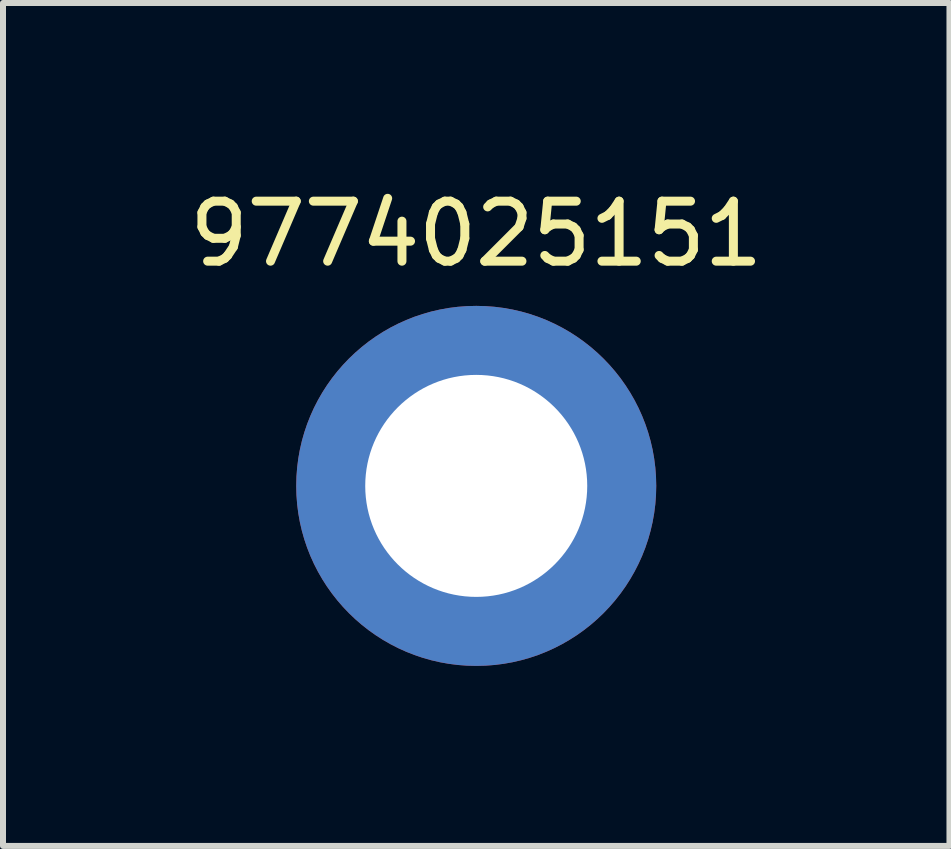
<source format=kicad_pcb>
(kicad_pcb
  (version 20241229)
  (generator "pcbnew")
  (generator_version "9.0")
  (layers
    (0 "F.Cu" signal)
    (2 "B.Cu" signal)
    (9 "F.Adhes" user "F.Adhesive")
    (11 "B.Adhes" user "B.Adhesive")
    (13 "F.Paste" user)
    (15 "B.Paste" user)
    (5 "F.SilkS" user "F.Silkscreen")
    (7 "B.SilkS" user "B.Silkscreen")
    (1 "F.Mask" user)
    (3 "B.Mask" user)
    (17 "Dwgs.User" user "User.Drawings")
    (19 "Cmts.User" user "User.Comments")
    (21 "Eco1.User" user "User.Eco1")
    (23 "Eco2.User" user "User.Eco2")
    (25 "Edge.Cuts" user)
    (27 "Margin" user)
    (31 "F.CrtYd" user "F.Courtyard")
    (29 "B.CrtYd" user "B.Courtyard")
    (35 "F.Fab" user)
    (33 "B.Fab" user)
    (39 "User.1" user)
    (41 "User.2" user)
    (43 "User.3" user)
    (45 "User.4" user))
  (footprint "9774025151"
    (layer "F.Cu")
    (at 4.887 5.048)
    (property "Reference" "9774025151" (at 0 -4.2 0) (layer "F.SilkS") (effects (font (size 1 1) (thickness 0.15))))
    (attr through_hole)
    (fp_circle (center 0 0) (end 0.85 0) (stroke (width 2) (type solid)) (fill no) (layer "B.Mask"))
    (pad "" smd custom (at -1.704 -1.704) (size 0.62 0.62) (layers "F.Paste") (options (anchor circle)) (primitives (gr_arc (start -0.250195 1.279127) (mid 0.289146 0.290681) (end 1.277006 -0.249732) (width 0.2)) (gr_arc (start -0.34334 1.279127) (mid 0.224883 0.226093) (end 1.277452 -0.342992) (width 0.2)) (gr_arc (start -0.436309 1.279127) (mid 0.160537 0.16159) (end 1.277666 -0.436018) (width 0.2)) (gr_arc (start -0.529126 1.279127) (mid 0.095932 0.097343) (end 1.277167 -0.528752) (width 0.2)) (gr_arc (start -0.621807 1.279127) (mid 0.0309 0.033527) (end 1.275473 -0.621136) (width 0.2)) (gr_arc (start -0.71437 1.279127) (mid -0.03322 -0.031206) (end 1.276322 -0.713875) (width 0.2)) (gr_arc (start -0.806826 1.279127) (mid -0.097997 -0.095278) (end 1.275336 -0.806181) (width 0.2)) (gr_arc (start -0.899187 1.279127) (mid -0.161977 -0.160149) (end 1.276577 -0.898769) (width 0.2)) (gr_arc (start -0.991463 1.279127) (mid -0.226842 -0.224133) (end 1.275343 -0.990864) (width 0.2)) (gr_arc (start -1.083663 1.279127) (mid -0.291026 -0.288801) (end 1.276016 -1.083187) (width 0.2)) (gr_line (start 1.279 -0.25) (end 1.279 -1.084) (width 0.2)) (gr_line (start -0.25 1.279) (end -1.084 1.279) (width 0.2))))
    (pad "" smd custom (at -1.704 1.704 90) (size 0.62 0.62) (layers "F.Paste") (options (anchor circle)) (primitives (gr_arc (start -0.250195 1.279127) (mid 0.289146 0.290681) (end 1.277006 -0.249732) (width 0.2)) (gr_arc (start -0.34334 1.279127) (mid 0.224883 0.226093) (end 1.277452 -0.342992) (width 0.2)) (gr_arc (start -0.436309 1.279127) (mid 0.160537 0.16159) (end 1.277666 -0.436018) (width 0.2)) (gr_arc (start -0.529126 1.279127) (mid 0.095932 0.097343) (end 1.277167 -0.528752) (width 0.2)) (gr_arc (start -0.621807 1.279127) (mid 0.0309 0.033527) (end 1.275473 -0.621136) (width 0.2)) (gr_arc (start -0.71437 1.279127) (mid -0.03322 -0.031206) (end 1.276322 -0.713875) (width 0.2)) (gr_arc (start -0.806826 1.279127) (mid -0.097997 -0.095278) (end 1.275336 -0.806181) (width 0.2)) (gr_arc (start -0.899187 1.279127) (mid -0.161977 -0.160149) (end 1.276577 -0.898769) (width 0.2)) (gr_arc (start -0.991463 1.279127) (mid -0.226842 -0.224133) (end 1.275343 -0.990864) (width 0.2)) (gr_arc (start -1.083663 1.279127) (mid -0.291026 -0.288801) (end 1.276016 -1.083187) (width 0.2)) (gr_line (start 1.279 -0.25) (end 1.279 -1.084) (width 0.2)) (gr_line (start -0.25 1.279) (end -1.084 1.279) (width 0.2))))
    (pad "" smd custom (at 1.704 -1.704 270) (size 0.62 0.62) (layers "F.Paste") (options (anchor circle)) (primitives (gr_arc (start -0.250195 1.279127) (mid 0.289146 0.290681) (end 1.277006 -0.249732) (width 0.2)) (gr_arc (start -0.34334 1.279127) (mid 0.224883 0.226093) (end 1.277452 -0.342992) (width 0.2)) (gr_arc (start -0.436309 1.279127) (mid 0.160537 0.16159) (end 1.277666 -0.436018) (width 0.2)) (gr_arc (start -0.529126 1.279127) (mid 0.095932 0.097343) (end 1.277167 -0.528752) (width 0.2)) (gr_arc (start -0.621807 1.279127) (mid 0.0309 0.033527) (end 1.275473 -0.621136) (width 0.2)) (gr_arc (start -0.71437 1.279127) (mid -0.03322 -0.031206) (end 1.276322 -0.713875) (width 0.2)) (gr_arc (start -0.806826 1.279127) (mid -0.097997 -0.095278) (end 1.275336 -0.806181) (width 0.2)) (gr_arc (start -0.899187 1.279127) (mid -0.161977 -0.160149) (end 1.276577 -0.898769) (width 0.2)) (gr_arc (start -0.991463 1.279127) (mid -0.226842 -0.224133) (end 1.275343 -0.990864) (width 0.2)) (gr_arc (start -1.083663 1.279127) (mid -0.291026 -0.288801) (end 1.276016 -1.083187) (width 0.2)) (gr_line (start 1.279 -0.25) (end 1.279 -1.084) (width 0.2)) (gr_line (start -0.25 1.279) (end -1.084 1.279) (width 0.2))))
    (pad "" smd custom (at 1.704 1.704 180) (size 0.62 0.62) (layers "F.Paste") (options (anchor circle)) (primitives (gr_arc (start -0.250195 1.279127) (mid 0.289146 0.290681) (end 1.277006 -0.249732) (width 0.2)) (gr_arc (start -0.34334 1.279127) (mid 0.224883 0.226093) (end 1.277452 -0.342992) (width 0.2)) (gr_arc (start -0.436309 1.279127) (mid 0.160537 0.16159) (end 1.277666 -0.436018) (width 0.2)) (gr_arc (start -0.529126 1.279127) (mid 0.095932 0.097343) (end 1.277167 -0.528752) (width 0.2)) (gr_arc (start -0.621807 1.279127) (mid 0.0309 0.033527) (end 1.275473 -0.621136) (width 0.2)) (gr_arc (start -0.71437 1.279127) (mid -0.03322 -0.031206) (end 1.276322 -0.713875) (width 0.2)) (gr_arc (start -0.806826 1.279127) (mid -0.097997 -0.095278) (end 1.275336 -0.806181) (width 0.2)) (gr_arc (start -0.899187 1.279127) (mid -0.161977 -0.160149) (end 1.276577 -0.898769) (width 0.2)) (gr_arc (start -0.991463 1.279127) (mid -0.226842 -0.224133) (end 1.275343 -0.990864) (width 0.2)) (gr_arc (start -1.083663 1.279127) (mid -0.291026 -0.288801) (end 1.276016 -1.083187) (width 0.2)) (gr_line (start 1.279 -0.25) (end 1.279 -1.084) (width 0.2)) (gr_line (start -0.25 1.279) (end -1.084 1.279) (width 0.2))))
    (pad "1" thru_hole circle (at 0 0) (size 6 6) (drill 3.7) (layers "F.Cu" "F.Mask")))
  (gr_rect
    (start -3 -3)
    (end 12.774 11.048)
    (stroke (width 0.1) (type default))
    (fill no)
    (layer "Edge.Cuts")))
</source>
